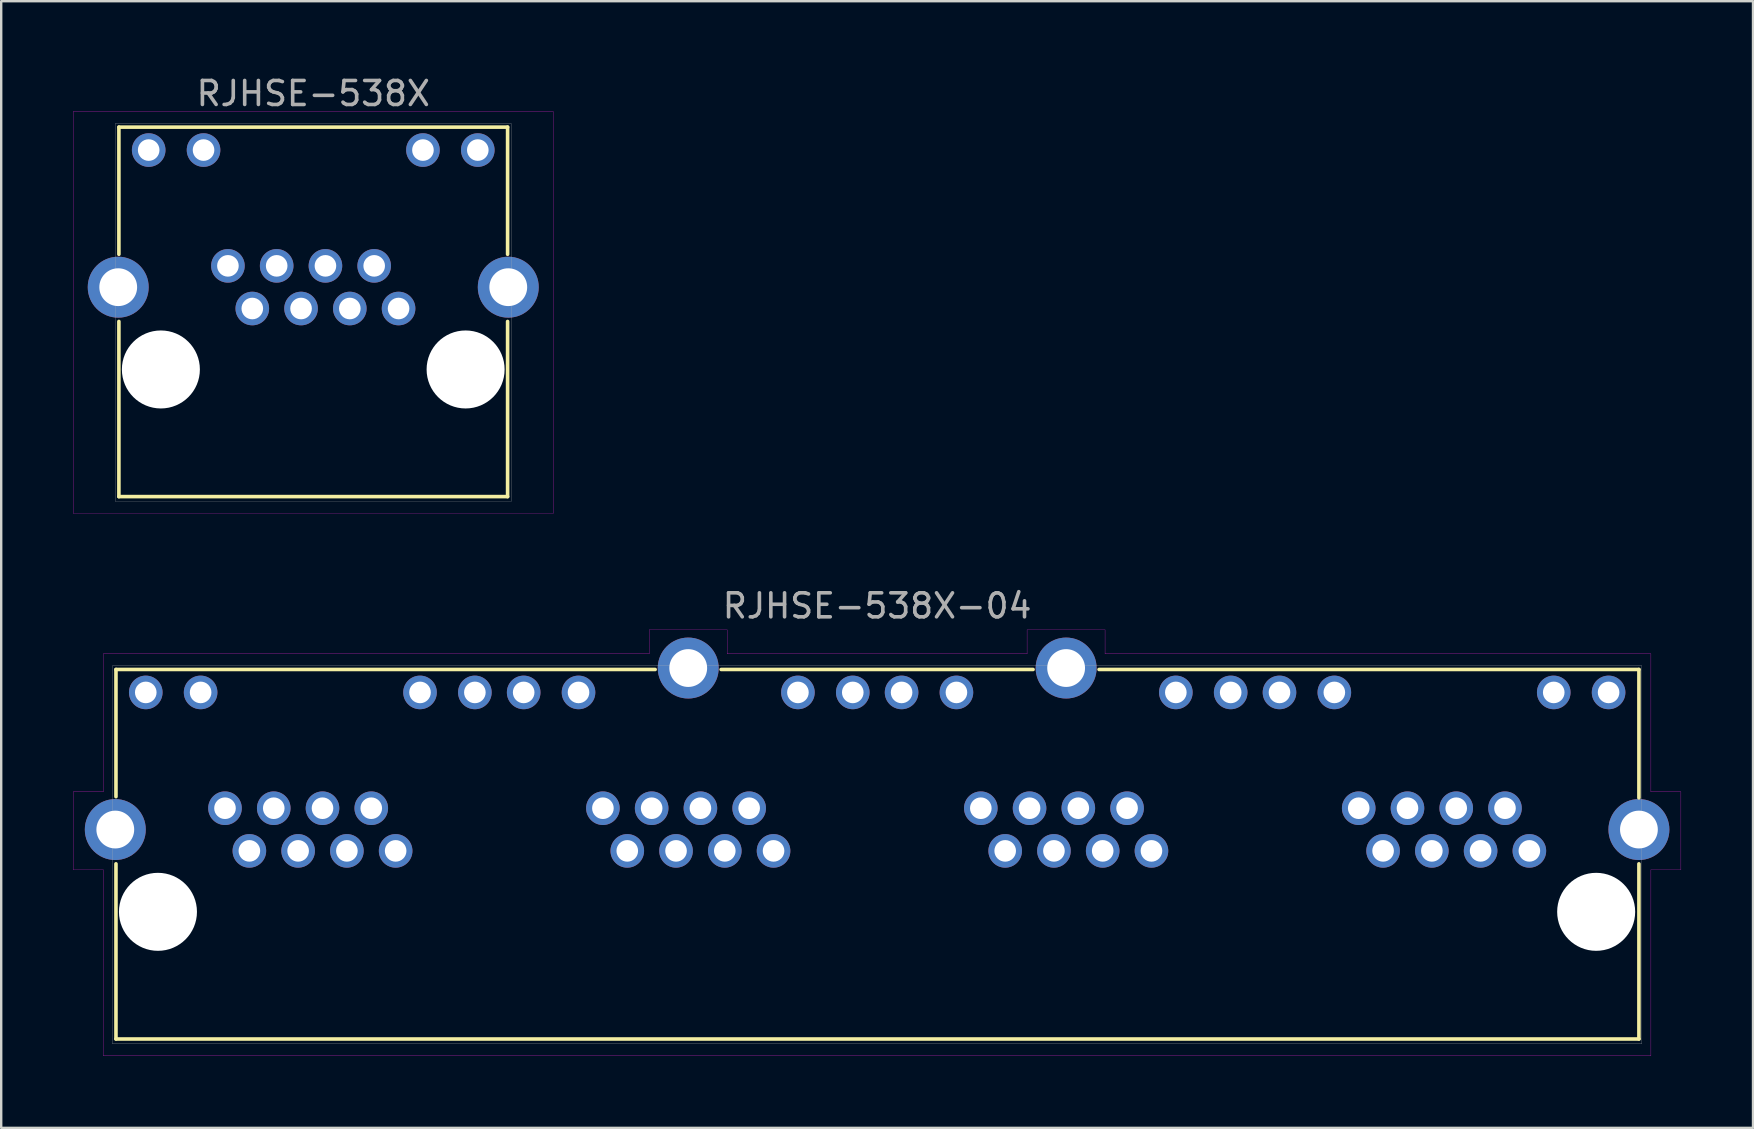
<source format=kicad_pcb>
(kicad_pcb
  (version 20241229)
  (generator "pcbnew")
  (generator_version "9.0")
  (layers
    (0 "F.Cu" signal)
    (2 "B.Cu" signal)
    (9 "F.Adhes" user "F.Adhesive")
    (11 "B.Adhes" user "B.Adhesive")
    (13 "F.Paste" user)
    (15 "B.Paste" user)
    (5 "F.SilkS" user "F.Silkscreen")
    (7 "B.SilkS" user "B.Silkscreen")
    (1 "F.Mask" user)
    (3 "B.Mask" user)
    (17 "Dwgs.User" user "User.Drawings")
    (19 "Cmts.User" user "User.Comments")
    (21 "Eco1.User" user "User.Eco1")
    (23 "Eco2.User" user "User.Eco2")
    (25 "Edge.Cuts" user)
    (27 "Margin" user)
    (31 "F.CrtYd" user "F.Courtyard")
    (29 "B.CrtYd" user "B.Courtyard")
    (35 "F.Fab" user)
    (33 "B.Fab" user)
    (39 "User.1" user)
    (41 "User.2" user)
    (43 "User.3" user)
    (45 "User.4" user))
  (footprint "RJHSE-538X"
    (layer "F.Cu")
    (at 10.005 12.348)
    (property "Reference" "RJHSE-538X" (at 0 -11.5 0) (layer "F.Fab") (effects (font (size 1 1) (thickness 0.15))))
    (attr through_hole)
    (fp_line (start -8.1 -10.1) (end -8.1 -4.8) (stroke (width 0.15) (type solid)) (layer "F.SilkS"))
    (fp_line (start -8.1 -2) (end -8.1 5.3) (stroke (width 0.15) (type solid)) (layer "F.SilkS"))
    (fp_line (start -8.1 5.3) (end 8.1 5.3) (stroke (width 0.15) (type solid)) (layer "F.SilkS"))
    (fp_line (start 8.1 -10.1) (end -8.1 -10.1) (stroke (width 0.15) (type solid)) (layer "F.SilkS"))
    (fp_line (start 8.1 -4.8) (end 8.1 -10.1) (stroke (width 0.15) (type solid)) (layer "F.SilkS"))
    (fp_line (start 8.1 5.3) (end 8.1 -2) (stroke (width 0.15) (type solid)) (layer "F.SilkS"))
    (fp_line (start -10 -10.75) (end -10 6) (stroke (width 0.01) (type solid)) (layer "F.CrtYd"))
    (fp_line (start -10 6) (end 10 6) (stroke (width 0.01) (type solid)) (layer "F.CrtYd"))
    (fp_line (start 10 -10.75) (end -10 -10.75) (stroke (width 0.01) (type solid)) (layer "F.CrtYd"))
    (fp_line (start 10 6) (end 10 -10.75) (stroke (width 0.01) (type solid)) (layer "F.CrtYd"))
    (fp_line (start -8.25 -10.25) (end -8.25 5.5) (stroke (width 0.01) (type solid)) (layer "F.Fab"))
    (fp_line (start -8.25 -10.25) (end 8.25 -10.25) (stroke (width 0.01) (type solid)) (layer "F.Fab"))
    (fp_line (start -8.25 5.5) (end 8.25 5.5) (stroke (width 0.01) (type solid)) (layer "F.Fab"))
    (fp_line (start 8.25 -10.25) (end 8.25 5.5) (stroke (width 0.01) (type solid)) (layer "F.Fab"))
    (pad "" np_thru_hole circle (at -6.35 0) (size 3.251 3.251) (drill 3.251) (layers "*.Cu" "*.Mask"))
    (pad "" np_thru_hole circle (at 6.35 0) (size 3.251 3.251) (drill 3.251) (layers "*.Cu" "*.Mask"))
    (pad "1" thru_hole circle (at 3.556 -2.54) (size 1.4 1.4) (drill 0.9) (layers "*.Cu" "*.Mask"))
    (pad "2" thru_hole circle (at 2.54 -4.318) (size 1.4 1.4) (drill 0.9) (layers "*.Cu" "*.Mask"))
    (pad "3" thru_hole circle (at 1.524 -2.54) (size 1.4 1.4) (drill 0.9) (layers "*.Cu" "*.Mask"))
    (pad "4" thru_hole circle (at 0.508 -4.318) (size 1.4 1.4) (drill 0.9) (layers "*.Cu" "*.Mask"))
    (pad "5" thru_hole circle (at -0.508 -2.54) (size 1.4 1.4) (drill 0.9) (layers "*.Cu" "*.Mask"))
    (pad "6" thru_hole circle (at -1.524 -4.318) (size 1.4 1.4) (drill 0.9) (layers "*.Cu" "*.Mask"))
    (pad "7" thru_hole circle (at -2.54 -2.54) (size 1.4 1.4) (drill 0.9) (layers "*.Cu" "*.Mask"))
    (pad "8" thru_hole circle (at -3.556 -4.318) (size 1.4 1.4) (drill 0.9) (layers "*.Cu" "*.Mask"))
    (pad "9" thru_hole circle (at 6.858 -9.144) (size 1.4 1.4) (drill 0.9) (layers "*.Cu" "*.Mask"))
    (pad "10" thru_hole circle (at 4.572 -9.144) (size 1.4 1.4) (drill 0.9) (layers "*.Cu" "*.Mask"))
    (pad "11" thru_hole circle (at -4.572 -9.144) (size 1.4 1.4) (drill 0.9) (layers "*.Cu" "*.Mask"))
    (pad "12" thru_hole circle (at -6.858 -9.144) (size 1.4 1.4) (drill 0.9) (layers "*.Cu" "*.Mask"))
    (pad "S1" thru_hole circle (at -8.128 -3.429) (size 2.54 2.54) (drill 1.575) (layers "*.Cu" "*.Mask"))
    (pad "S2" thru_hole circle (at 8.128 -3.429) (size 2.54 2.54) (drill 1.575) (layers "*.Cu" "*.Mask")))
  (footprint "RJHSE-538X-04"
    (layer "F.Cu")
    (at 33.505 34.952)
    (property "Reference" "RJHSE-538X-04" (at 0 -12.75 0) (layer "F.Fab") (effects (font (size 1 1) (thickness 0.15))))
    (attr through_hole)
    (fp_line (start -31.722 -10.1) (end -31.722 -4.8) (stroke (width 0.15) (type solid)) (layer "F.SilkS"))
    (fp_line (start -31.722 -2) (end -31.722 5.3) (stroke (width 0.15) (type solid)) (layer "F.SilkS"))
    (fp_line (start -31.722 5.3) (end 31.75 5.3) (stroke (width 0.15) (type solid)) (layer "F.SilkS"))
    (fp_line (start -9.25 -10.1) (end -31.722 -10.1) (stroke (width 0.15) (type solid)) (layer "F.SilkS"))
    (fp_line (start 6.5 -10.1) (end -6.5 -10.1) (stroke (width 0.15) (type solid)) (layer "F.SilkS"))
    (fp_line (start 31.75 -10.1) (end 9.25 -10.1) (stroke (width 0.15) (type solid)) (layer "F.SilkS"))
    (fp_line (start 31.75 -10.1) (end 31.75 -4.75) (stroke (width 0.15) (type solid)) (layer "F.SilkS"))
    (fp_line (start 31.75 5.3) (end 31.75 -2) (stroke (width 0.15) (type solid)) (layer "F.SilkS"))
    (fp_line (start -33.5 -5) (end -32.25 -5) (stroke (width 0.01) (type solid)) (layer "F.CrtYd"))
    (fp_line (start -33.5 -1.75) (end -33.5 -5) (stroke (width 0.01) (type solid)) (layer "F.CrtYd"))
    (fp_line (start -32.25 -10.75) (end -9.5 -10.75) (stroke (width 0.01) (type solid)) (layer "F.CrtYd"))
    (fp_line (start -32.25 -5) (end -32.25 -10.75) (stroke (width 0.01) (type solid)) (layer "F.CrtYd"))
    (fp_line (start -32.25 -1.75) (end -33.5 -1.75) (stroke (width 0.01) (type solid)) (layer "F.CrtYd"))
    (fp_line (start -32.25 2) (end -32.25 -1.75) (stroke (width 0.01) (type solid)) (layer "F.CrtYd"))
    (fp_line (start -32.25 6) (end -32.25 2) (stroke (width 0.01) (type solid)) (layer "F.CrtYd"))
    (fp_line (start -32.25 6) (end 32.25 6) (stroke (width 0.01) (type solid)) (layer "F.CrtYd"))
    (fp_line (start -9.5 -11.75) (end -6.25 -11.75) (stroke (width 0.01) (type solid)) (layer "F.CrtYd"))
    (fp_line (start -9.5 -10.75) (end -9.5 -11.75) (stroke (width 0.01) (type solid)) (layer "F.CrtYd"))
    (fp_line (start -6.25 -11.75) (end -6.25 -10.75) (stroke (width 0.01) (type solid)) (layer "F.CrtYd"))
    (fp_line (start -6.25 -10.75) (end 6.25 -10.75) (stroke (width 0.01) (type solid)) (layer "F.CrtYd"))
    (fp_line (start 6.25 -11.75) (end 9.5 -11.75) (stroke (width 0.01) (type solid)) (layer "F.CrtYd"))
    (fp_line (start 6.25 -10.75) (end 6.25 -11.75) (stroke (width 0.01) (type solid)) (layer "F.CrtYd"))
    (fp_line (start 9.5 -11.75) (end 9.5 -10.75) (stroke (width 0.01) (type solid)) (layer "F.CrtYd"))
    (fp_line (start 9.5 -10.75) (end 32.25 -10.75) (stroke (width 0.01) (type solid)) (layer "F.CrtYd"))
    (fp_line (start 32.25 -5) (end 32.25 -10.75) (stroke (width 0.01) (type solid)) (layer "F.CrtYd"))
    (fp_line (start 32.25 -1.75) (end 33.5 -1.75) (stroke (width 0.01) (type solid)) (layer "F.CrtYd"))
    (fp_line (start 32.25 6) (end 32.25 -1.75) (stroke (width 0.01) (type solid)) (layer "F.CrtYd"))
    (fp_line (start 33.5 -5) (end 32.25 -5) (stroke (width 0.01) (type solid)) (layer "F.CrtYd"))
    (fp_line (start 33.5 -1.75) (end 33.5 -5) (stroke (width 0.01) (type solid)) (layer "F.CrtYd"))
    (fp_line (start -31.872 -10.25) (end -31.872 5.5) (stroke (width 0.01) (type solid)) (layer "F.Fab"))
    (fp_line (start -31.872 -10.25) (end 31.872 -10.25) (stroke (width 0.01) (type solid)) (layer "F.Fab"))
    (fp_line (start -31.872 5.5) (end 31.872 5.5) (stroke (width 0.01) (type solid)) (layer "F.Fab"))
    (fp_line (start 31.872 -10.25) (end 31.872 5.5) (stroke (width 0.01) (type solid)) (layer "F.Fab"))
    (pad "" np_thru_hole circle (at -29.972 0) (size 3.251 3.251) (drill 3.251) (layers "*.Cu" "*.Mask"))
    (pad "" np_thru_hole circle (at 29.968 0) (size 3.251 3.251) (drill 3.251) (layers "*.Cu" "*.Mask"))
    (pad "1P1" thru_hole circle (at -20.066 -2.54) (size 1.4 1.4) (drill 0.9) (layers "*.Cu" "*.Mask"))
    (pad "1P2" thru_hole circle (at -21.082 -4.318) (size 1.4 1.4) (drill 0.9) (layers "*.Cu" "*.Mask"))
    (pad "1P3" thru_hole circle (at -22.098 -2.54) (size 1.4 1.4) (drill 0.9) (layers "*.Cu" "*.Mask"))
    (pad "1P4" thru_hole circle (at -23.114 -4.318) (size 1.4 1.4) (drill 0.9) (layers "*.Cu" "*.Mask"))
    (pad "1P5" thru_hole circle (at -24.13 -2.54) (size 1.4 1.4) (drill 0.9) (layers "*.Cu" "*.Mask"))
    (pad "1P6" thru_hole circle (at -25.146 -4.318) (size 1.4 1.4) (drill 0.9) (layers "*.Cu" "*.Mask"))
    (pad "1P7" thru_hole circle (at -26.162 -2.54) (size 1.4 1.4) (drill 0.9) (layers "*.Cu" "*.Mask"))
    (pad "1P8" thru_hole circle (at -27.178 -4.318) (size 1.4 1.4) (drill 0.9) (layers "*.Cu" "*.Mask"))
    (pad "1P9" thru_hole circle (at -16.764 -9.144) (size 1.4 1.4) (drill 0.9) (layers "*.Cu" "*.Mask"))
    (pad "1P10" thru_hole circle (at -19.05 -9.144) (size 1.4 1.4) (drill 0.9) (layers "*.Cu" "*.Mask"))
    (pad "1P11" thru_hole circle (at -28.194 -9.144) (size 1.4 1.4) (drill 0.9) (layers "*.Cu" "*.Mask"))
    (pad "1P12" thru_hole circle (at -30.48 -9.144) (size 1.4 1.4) (drill 0.9) (layers "*.Cu" "*.Mask"))
    (pad "2P1" thru_hole circle (at -4.316 -2.54) (size 1.4 1.4) (drill 0.9) (layers "*.Cu" "*.Mask"))
    (pad "2P2" thru_hole circle (at -5.332 -4.318) (size 1.4 1.4) (drill 0.9) (layers "*.Cu" "*.Mask"))
    (pad "2P3" thru_hole circle (at -6.348 -2.54) (size 1.4 1.4) (drill 0.9) (layers "*.Cu" "*.Mask"))
    (pad "2P4" thru_hole circle (at -7.364 -4.318) (size 1.4 1.4) (drill 0.9) (layers "*.Cu" "*.Mask"))
    (pad "2P5" thru_hole circle (at -8.38 -2.54) (size 1.4 1.4) (drill 0.9) (layers "*.Cu" "*.Mask"))
    (pad "2P6" thru_hole circle (at -9.396 -4.318) (size 1.4 1.4) (drill 0.9) (layers "*.Cu" "*.Mask"))
    (pad "2P7" thru_hole circle (at -10.412 -2.54) (size 1.4 1.4) (drill 0.9) (layers "*.Cu" "*.Mask"))
    (pad "2P8" thru_hole circle (at -11.428 -4.318) (size 1.4 1.4) (drill 0.9) (layers "*.Cu" "*.Mask"))
    (pad "2P9" thru_hole circle (at -1.014 -9.144) (size 1.4 1.4) (drill 0.9) (layers "*.Cu" "*.Mask"))
    (pad "2P10" thru_hole circle (at -3.3 -9.144) (size 1.4 1.4) (drill 0.9) (layers "*.Cu" "*.Mask"))
    (pad "2P11" thru_hole circle (at -12.444 -9.144) (size 1.4 1.4) (drill 0.9) (layers "*.Cu" "*.Mask"))
    (pad "2P12" thru_hole circle (at -14.73 -9.144) (size 1.4 1.4) (drill 0.9) (layers "*.Cu" "*.Mask"))
    (pad "3P1" thru_hole circle (at 11.434 -2.54) (size 1.4 1.4) (drill 0.9) (layers "*.Cu" "*.Mask"))
    (pad "3P2" thru_hole circle (at 10.418 -4.318) (size 1.4 1.4) (drill 0.9) (layers "*.Cu" "*.Mask"))
    (pad "3P3" thru_hole circle (at 9.402 -2.54) (size 1.4 1.4) (drill 0.9) (layers "*.Cu" "*.Mask"))
    (pad "3P4" thru_hole circle (at 8.386 -4.318) (size 1.4 1.4) (drill 0.9) (layers "*.Cu" "*.Mask"))
    (pad "3P5" thru_hole circle (at 7.37 -2.54) (size 1.4 1.4) (drill 0.9) (layers "*.Cu" "*.Mask"))
    (pad "3P6" thru_hole circle (at 6.354 -4.318) (size 1.4 1.4) (drill 0.9) (layers "*.Cu" "*.Mask"))
    (pad "3P7" thru_hole circle (at 5.338 -2.54) (size 1.4 1.4) (drill 0.9) (layers "*.Cu" "*.Mask"))
    (pad "3P8" thru_hole circle (at 4.322 -4.318) (size 1.4 1.4) (drill 0.9) (layers "*.Cu" "*.Mask"))
    (pad "3P9" thru_hole circle (at 14.736 -9.144) (size 1.4 1.4) (drill 0.9) (layers "*.Cu" "*.Mask"))
    (pad "3P10" thru_hole circle (at 12.45 -9.144) (size 1.4 1.4) (drill 0.9) (layers "*.Cu" "*.Mask"))
    (pad "3P11" thru_hole circle (at 3.306 -9.144) (size 1.4 1.4) (drill 0.9) (layers "*.Cu" "*.Mask"))
    (pad "3P12" thru_hole circle (at 1.02 -9.144) (size 1.4 1.4) (drill 0.9) (layers "*.Cu" "*.Mask"))
    (pad "4P1" thru_hole circle (at 27.184 -2.54) (size 1.4 1.4) (drill 0.9) (layers "*.Cu" "*.Mask"))
    (pad "4P2" thru_hole circle (at 26.168 -4.318) (size 1.4 1.4) (drill 0.9) (layers "*.Cu" "*.Mask"))
    (pad "4P3" thru_hole circle (at 25.152 -2.54) (size 1.4 1.4) (drill 0.9) (layers "*.Cu" "*.Mask"))
    (pad "4P4" thru_hole circle (at 24.136 -4.318) (size 1.4 1.4) (drill 0.9) (layers "*.Cu" "*.Mask"))
    (pad "4P5" thru_hole circle (at 23.12 -2.54) (size 1.4 1.4) (drill 0.9) (layers "*.Cu" "*.Mask"))
    (pad "4P6" thru_hole circle (at 22.104 -4.318) (size 1.4 1.4) (drill 0.9) (layers "*.Cu" "*.Mask"))
    (pad "4P7" thru_hole circle (at 21.088 -2.54) (size 1.4 1.4) (drill 0.9) (layers "*.Cu" "*.Mask"))
    (pad "4P8" thru_hole circle (at 20.072 -4.318) (size 1.4 1.4) (drill 0.9) (layers "*.Cu" "*.Mask"))
    (pad "4P9" thru_hole circle (at 30.486 -9.144) (size 1.4 1.4) (drill 0.9) (layers "*.Cu" "*.Mask"))
    (pad "4P10" thru_hole circle (at 28.2 -9.144) (size 1.4 1.4) (drill 0.9) (layers "*.Cu" "*.Mask"))
    (pad "4P11" thru_hole circle (at 19.056 -9.144) (size 1.4 1.4) (drill 0.9) (layers "*.Cu" "*.Mask"))
    (pad "4P12" thru_hole circle (at 16.77 -9.144) (size 1.4 1.4) (drill 0.9) (layers "*.Cu" "*.Mask"))
    (pad "S1" thru_hole circle (at -31.75 -3.429) (size 2.54 2.54) (drill 1.575) (layers "*.Cu" "*.Mask"))
    (pad "S2" thru_hole circle (at -7.872 -10.16) (size 2.54 2.54) (drill 1.575) (layers "*.Cu" "*.Mask"))
    (pad "S3" thru_hole circle (at 7.878 -10.16) (size 2.54 2.54) (drill 1.575) (layers "*.Cu" "*.Mask"))
    (pad "S4" thru_hole circle (at 31.75 -3.429) (size 2.54 2.54) (drill 1.575) (layers "*.Cu" "*.Mask")))
  (gr_rect
    (start -3 -3)
    (end 70.01 43.956)
    (stroke (width 0.1) (type default))
    (fill no)
    (layer "Edge.Cuts")))
</source>
